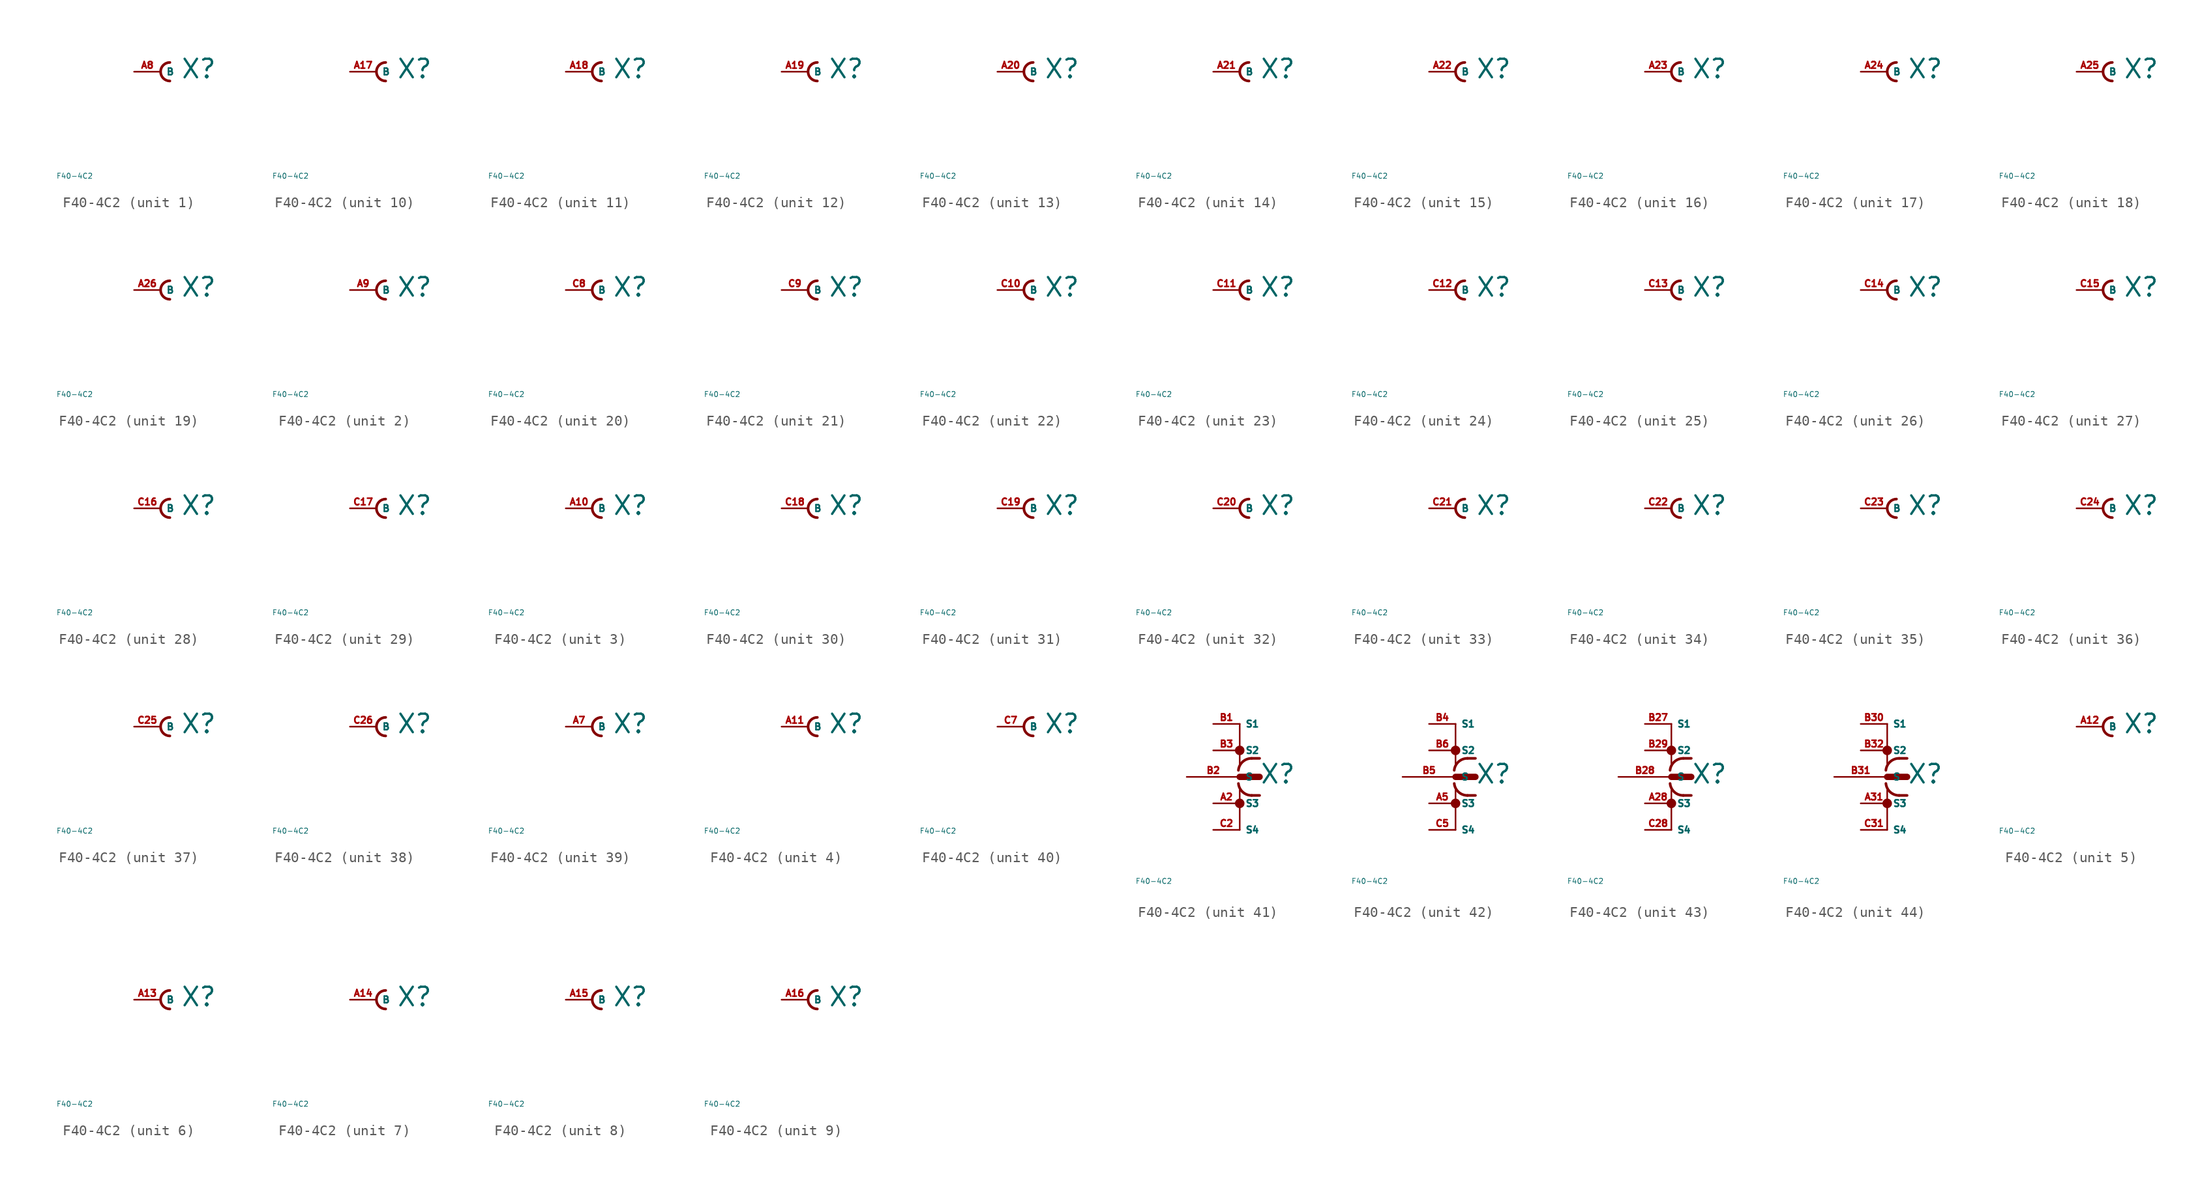
<source format=kicad_sym>
(kicad_symbol_lib
  (version 20220914)
  (generator Eagle2Kicad)
  (symbol "F40-4C2"
    (property "Reference" "X"
      (at 1.905 -0.762 0)
      (effects (font (size 1.778 1.778) (thickness 0.22)) (justify left bottom)))
    (property "Value" "F40-4C2"
      (at -10 -10 0)
      (effects (font (size 0.5 0.5) (thickness 0.06)) (justify left)))
    (symbol "F40-4C2_1_0"
      (arc (start 0.889 0.889) (mid 0.000 0.000) (end 0.889 -0.889) (stroke (width 0.254) (type default)) (fill (type none)))
      (pin passive line (at -2.54 0 0) (length 2.54) (name "B" (effects (font (size 0.635 0.635) (thickness 0.08)) (justify left bottom))) (number "A8" (effects (font (size 0.635 0.635) (thickness 0.08)) (justify left bottom)))))
    (symbol "F40-4C2_2_0"
      (arc (start 0.889 0.889) (mid 0.000 0.000) (end 0.889 -0.889) (stroke (width 0.254) (type default)) (fill (type none)))
      (pin passive line (at -2.54 0 0) (length 2.54) (name "B" (effects (font (size 0.635 0.635) (thickness 0.08)) (justify left bottom))) (number "A9" (effects (font (size 0.635 0.635) (thickness 0.08)) (justify left bottom)))))
    (symbol "F40-4C2_3_0"
      (arc (start 0.889 0.889) (mid 0.000 0.000) (end 0.889 -0.889) (stroke (width 0.254) (type default)) (fill (type none)))
      (pin passive line (at -2.54 0 0) (length 2.54) (name "B" (effects (font (size 0.635 0.635) (thickness 0.08)) (justify left bottom))) (number "A10" (effects (font (size 0.635 0.635) (thickness 0.08)) (justify left bottom)))))
    (symbol "F40-4C2_4_0"
      (arc (start 0.889 0.889) (mid 0.000 0.000) (end 0.889 -0.889) (stroke (width 0.254) (type default)) (fill (type none)))
      (pin passive line (at -2.54 0 0) (length 2.54) (name "B" (effects (font (size 0.635 0.635) (thickness 0.08)) (justify left bottom))) (number "A11" (effects (font (size 0.635 0.635) (thickness 0.08)) (justify left bottom)))))
    (symbol "F40-4C2_5_0"
      (arc (start 0.889 0.889) (mid 0.000 0.000) (end 0.889 -0.889) (stroke (width 0.254) (type default)) (fill (type none)))
      (pin passive line (at -2.54 0 0) (length 2.54) (name "B" (effects (font (size 0.635 0.635) (thickness 0.08)) (justify left bottom))) (number "A12" (effects (font (size 0.635 0.635) (thickness 0.08)) (justify left bottom)))))
    (symbol "F40-4C2_6_0"
      (arc (start 0.889 0.889) (mid 0.000 0.000) (end 0.889 -0.889) (stroke (width 0.254) (type default)) (fill (type none)))
      (pin passive line (at -2.54 0 0) (length 2.54) (name "B" (effects (font (size 0.635 0.635) (thickness 0.08)) (justify left bottom))) (number "A13" (effects (font (size 0.635 0.635) (thickness 0.08)) (justify left bottom)))))
    (symbol "F40-4C2_7_0"
      (arc (start 0.889 0.889) (mid 0.000 0.000) (end 0.889 -0.889) (stroke (width 0.254) (type default)) (fill (type none)))
      (pin passive line (at -2.54 0 0) (length 2.54) (name "B" (effects (font (size 0.635 0.635) (thickness 0.08)) (justify left bottom))) (number "A14" (effects (font (size 0.635 0.635) (thickness 0.08)) (justify left bottom)))))
    (symbol "F40-4C2_8_0"
      (arc (start 0.889 0.889) (mid 0.000 0.000) (end 0.889 -0.889) (stroke (width 0.254) (type default)) (fill (type none)))
      (pin passive line (at -2.54 0 0) (length 2.54) (name "B" (effects (font (size 0.635 0.635) (thickness 0.08)) (justify left bottom))) (number "A15" (effects (font (size 0.635 0.635) (thickness 0.08)) (justify left bottom)))))
    (symbol "F40-4C2_9_0"
      (arc (start 0.889 0.889) (mid 0.000 0.000) (end 0.889 -0.889) (stroke (width 0.254) (type default)) (fill (type none)))
      (pin passive line (at -2.54 0 0) (length 2.54) (name "B" (effects (font (size 0.635 0.635) (thickness 0.08)) (justify left bottom))) (number "A16" (effects (font (size 0.635 0.635) (thickness 0.08)) (justify left bottom)))))
    (symbol "F40-4C2_10_0"
      (arc (start 0.889 0.889) (mid 0.000 0.000) (end 0.889 -0.889) (stroke (width 0.254) (type default)) (fill (type none)))
      (pin passive line (at -2.54 0 0) (length 2.54) (name "B" (effects (font (size 0.635 0.635) (thickness 0.08)) (justify left bottom))) (number "A17" (effects (font (size 0.635 0.635) (thickness 0.08)) (justify left bottom)))))
    (symbol "F40-4C2_11_0"
      (arc (start 0.889 0.889) (mid 0.000 0.000) (end 0.889 -0.889) (stroke (width 0.254) (type default)) (fill (type none)))
      (pin passive line (at -2.54 0 0) (length 2.54) (name "B" (effects (font (size 0.635 0.635) (thickness 0.08)) (justify left bottom))) (number "A18" (effects (font (size 0.635 0.635) (thickness 0.08)) (justify left bottom)))))
    (symbol "F40-4C2_12_0"
      (arc (start 0.889 0.889) (mid 0.000 0.000) (end 0.889 -0.889) (stroke (width 0.254) (type default)) (fill (type none)))
      (pin passive line (at -2.54 0 0) (length 2.54) (name "B" (effects (font (size 0.635 0.635) (thickness 0.08)) (justify left bottom))) (number "A19" (effects (font (size 0.635 0.635) (thickness 0.08)) (justify left bottom)))))
    (symbol "F40-4C2_13_0"
      (arc (start 0.889 0.889) (mid 0.000 0.000) (end 0.889 -0.889) (stroke (width 0.254) (type default)) (fill (type none)))
      (pin passive line (at -2.54 0 0) (length 2.54) (name "B" (effects (font (size 0.635 0.635) (thickness 0.08)) (justify left bottom))) (number "A20" (effects (font (size 0.635 0.635) (thickness 0.08)) (justify left bottom)))))
    (symbol "F40-4C2_14_0"
      (arc (start 0.889 0.889) (mid 0.000 0.000) (end 0.889 -0.889) (stroke (width 0.254) (type default)) (fill (type none)))
      (pin passive line (at -2.54 0 0) (length 2.54) (name "B" (effects (font (size 0.635 0.635) (thickness 0.08)) (justify left bottom))) (number "A21" (effects (font (size 0.635 0.635) (thickness 0.08)) (justify left bottom)))))
    (symbol "F40-4C2_15_0"
      (arc (start 0.889 0.889) (mid 0.000 0.000) (end 0.889 -0.889) (stroke (width 0.254) (type default)) (fill (type none)))
      (pin passive line (at -2.54 0 0) (length 2.54) (name "B" (effects (font (size 0.635 0.635) (thickness 0.08)) (justify left bottom))) (number "A22" (effects (font (size 0.635 0.635) (thickness 0.08)) (justify left bottom)))))
    (symbol "F40-4C2_16_0"
      (arc (start 0.889 0.889) (mid 0.000 0.000) (end 0.889 -0.889) (stroke (width 0.254) (type default)) (fill (type none)))
      (pin passive line (at -2.54 0 0) (length 2.54) (name "B" (effects (font (size 0.635 0.635) (thickness 0.08)) (justify left bottom))) (number "A23" (effects (font (size 0.635 0.635) (thickness 0.08)) (justify left bottom)))))
    (symbol "F40-4C2_17_0"
      (arc (start 0.889 0.889) (mid 0.000 0.000) (end 0.889 -0.889) (stroke (width 0.254) (type default)) (fill (type none)))
      (pin passive line (at -2.54 0 0) (length 2.54) (name "B" (effects (font (size 0.635 0.635) (thickness 0.08)) (justify left bottom))) (number "A24" (effects (font (size 0.635 0.635) (thickness 0.08)) (justify left bottom)))))
    (symbol "F40-4C2_18_0"
      (arc (start 0.889 0.889) (mid 0.000 0.000) (end 0.889 -0.889) (stroke (width 0.254) (type default)) (fill (type none)))
      (pin passive line (at -2.54 0 0) (length 2.54) (name "B" (effects (font (size 0.635 0.635) (thickness 0.08)) (justify left bottom))) (number "A25" (effects (font (size 0.635 0.635) (thickness 0.08)) (justify left bottom)))))
    (symbol "F40-4C2_19_0"
      (arc (start 0.889 0.889) (mid 0.000 0.000) (end 0.889 -0.889) (stroke (width 0.254) (type default)) (fill (type none)))
      (pin passive line (at -2.54 0 0) (length 2.54) (name "B" (effects (font (size 0.635 0.635) (thickness 0.08)) (justify left bottom))) (number "A26" (effects (font (size 0.635 0.635) (thickness 0.08)) (justify left bottom)))))
    (symbol "F40-4C2_20_0"
      (arc (start 0.889 0.889) (mid 0.000 0.000) (end 0.889 -0.889) (stroke (width 0.254) (type default)) (fill (type none)))
      (pin passive line (at -2.54 0 0) (length 2.54) (name "B" (effects (font (size 0.635 0.635) (thickness 0.08)) (justify left bottom))) (number "C8" (effects (font (size 0.635 0.635) (thickness 0.08)) (justify left bottom)))))
    (symbol "F40-4C2_21_0"
      (arc (start 0.889 0.889) (mid 0.000 0.000) (end 0.889 -0.889) (stroke (width 0.254) (type default)) (fill (type none)))
      (pin passive line (at -2.54 0 0) (length 2.54) (name "B" (effects (font (size 0.635 0.635) (thickness 0.08)) (justify left bottom))) (number "C9" (effects (font (size 0.635 0.635) (thickness 0.08)) (justify left bottom)))))
    (symbol "F40-4C2_22_0"
      (arc (start 0.889 0.889) (mid 0.000 0.000) (end 0.889 -0.889) (stroke (width 0.254) (type default)) (fill (type none)))
      (pin passive line (at -2.54 0 0) (length 2.54) (name "B" (effects (font (size 0.635 0.635) (thickness 0.08)) (justify left bottom))) (number "C10" (effects (font (size 0.635 0.635) (thickness 0.08)) (justify left bottom)))))
    (symbol "F40-4C2_23_0"
      (arc (start 0.889 0.889) (mid 0.000 0.000) (end 0.889 -0.889) (stroke (width 0.254) (type default)) (fill (type none)))
      (pin passive line (at -2.54 0 0) (length 2.54) (name "B" (effects (font (size 0.635 0.635) (thickness 0.08)) (justify left bottom))) (number "C11" (effects (font (size 0.635 0.635) (thickness 0.08)) (justify left bottom)))))
    (symbol "F40-4C2_24_0"
      (arc (start 0.889 0.889) (mid 0.000 0.000) (end 0.889 -0.889) (stroke (width 0.254) (type default)) (fill (type none)))
      (pin passive line (at -2.54 0 0) (length 2.54) (name "B" (effects (font (size 0.635 0.635) (thickness 0.08)) (justify left bottom))) (number "C12" (effects (font (size 0.635 0.635) (thickness 0.08)) (justify left bottom)))))
    (symbol "F40-4C2_25_0"
      (arc (start 0.889 0.889) (mid 0.000 0.000) (end 0.889 -0.889) (stroke (width 0.254) (type default)) (fill (type none)))
      (pin passive line (at -2.54 0 0) (length 2.54) (name "B" (effects (font (size 0.635 0.635) (thickness 0.08)) (justify left bottom))) (number "C13" (effects (font (size 0.635 0.635) (thickness 0.08)) (justify left bottom)))))
    (symbol "F40-4C2_26_0"
      (arc (start 0.889 0.889) (mid 0.000 0.000) (end 0.889 -0.889) (stroke (width 0.254) (type default)) (fill (type none)))
      (pin passive line (at -2.54 0 0) (length 2.54) (name "B" (effects (font (size 0.635 0.635) (thickness 0.08)) (justify left bottom))) (number "C14" (effects (font (size 0.635 0.635) (thickness 0.08)) (justify left bottom)))))
    (symbol "F40-4C2_27_0"
      (arc (start 0.889 0.889) (mid 0.000 0.000) (end 0.889 -0.889) (stroke (width 0.254) (type default)) (fill (type none)))
      (pin passive line (at -2.54 0 0) (length 2.54) (name "B" (effects (font (size 0.635 0.635) (thickness 0.08)) (justify left bottom))) (number "C15" (effects (font (size 0.635 0.635) (thickness 0.08)) (justify left bottom)))))
    (symbol "F40-4C2_28_0"
      (arc (start 0.889 0.889) (mid 0.000 0.000) (end 0.889 -0.889) (stroke (width 0.254) (type default)) (fill (type none)))
      (pin passive line (at -2.54 0 0) (length 2.54) (name "B" (effects (font (size 0.635 0.635) (thickness 0.08)) (justify left bottom))) (number "C16" (effects (font (size 0.635 0.635) (thickness 0.08)) (justify left bottom)))))
    (symbol "F40-4C2_29_0"
      (arc (start 0.889 0.889) (mid 0.000 0.000) (end 0.889 -0.889) (stroke (width 0.254) (type default)) (fill (type none)))
      (pin passive line (at -2.54 0 0) (length 2.54) (name "B" (effects (font (size 0.635 0.635) (thickness 0.08)) (justify left bottom))) (number "C17" (effects (font (size 0.635 0.635) (thickness 0.08)) (justify left bottom)))))
    (symbol "F40-4C2_30_0"
      (arc (start 0.889 0.889) (mid 0.000 0.000) (end 0.889 -0.889) (stroke (width 0.254) (type default)) (fill (type none)))
      (pin passive line (at -2.54 0 0) (length 2.54) (name "B" (effects (font (size 0.635 0.635) (thickness 0.08)) (justify left bottom))) (number "C18" (effects (font (size 0.635 0.635) (thickness 0.08)) (justify left bottom)))))
    (symbol "F40-4C2_31_0"
      (arc (start 0.889 0.889) (mid 0.000 0.000) (end 0.889 -0.889) (stroke (width 0.254) (type default)) (fill (type none)))
      (pin passive line (at -2.54 0 0) (length 2.54) (name "B" (effects (font (size 0.635 0.635) (thickness 0.08)) (justify left bottom))) (number "C19" (effects (font (size 0.635 0.635) (thickness 0.08)) (justify left bottom)))))
    (symbol "F40-4C2_32_0"
      (arc (start 0.889 0.889) (mid 0.000 0.000) (end 0.889 -0.889) (stroke (width 0.254) (type default)) (fill (type none)))
      (pin passive line (at -2.54 0 0) (length 2.54) (name "B" (effects (font (size 0.635 0.635) (thickness 0.08)) (justify left bottom))) (number "C20" (effects (font (size 0.635 0.635) (thickness 0.08)) (justify left bottom)))))
    (symbol "F40-4C2_33_0"
      (arc (start 0.889 0.889) (mid 0.000 0.000) (end 0.889 -0.889) (stroke (width 0.254) (type default)) (fill (type none)))
      (pin passive line (at -2.54 0 0) (length 2.54) (name "B" (effects (font (size 0.635 0.635) (thickness 0.08)) (justify left bottom))) (number "C21" (effects (font (size 0.635 0.635) (thickness 0.08)) (justify left bottom)))))
    (symbol "F40-4C2_34_0"
      (arc (start 0.889 0.889) (mid 0.000 0.000) (end 0.889 -0.889) (stroke (width 0.254) (type default)) (fill (type none)))
      (pin passive line (at -2.54 0 0) (length 2.54) (name "B" (effects (font (size 0.635 0.635) (thickness 0.08)) (justify left bottom))) (number "C22" (effects (font (size 0.635 0.635) (thickness 0.08)) (justify left bottom)))))
    (symbol "F40-4C2_35_0"
      (arc (start 0.889 0.889) (mid 0.000 0.000) (end 0.889 -0.889) (stroke (width 0.254) (type default)) (fill (type none)))
      (pin passive line (at -2.54 0 0) (length 2.54) (name "B" (effects (font (size 0.635 0.635) (thickness 0.08)) (justify left bottom))) (number "C23" (effects (font (size 0.635 0.635) (thickness 0.08)) (justify left bottom)))))
    (symbol "F40-4C2_36_0"
      (arc (start 0.889 0.889) (mid 0.000 0.000) (end 0.889 -0.889) (stroke (width 0.254) (type default)) (fill (type none)))
      (pin passive line (at -2.54 0 0) (length 2.54) (name "B" (effects (font (size 0.635 0.635) (thickness 0.08)) (justify left bottom))) (number "C24" (effects (font (size 0.635 0.635) (thickness 0.08)) (justify left bottom)))))
    (symbol "F40-4C2_37_0"
      (arc (start 0.889 0.889) (mid 0.000 0.000) (end 0.889 -0.889) (stroke (width 0.254) (type default)) (fill (type none)))
      (pin passive line (at -2.54 0 0) (length 2.54) (name "B" (effects (font (size 0.635 0.635) (thickness 0.08)) (justify left bottom))) (number "C25" (effects (font (size 0.635 0.635) (thickness 0.08)) (justify left bottom)))))
    (symbol "F40-4C2_38_0"
      (arc (start 0.889 0.889) (mid 0.000 0.000) (end 0.889 -0.889) (stroke (width 0.254) (type default)) (fill (type none)))
      (pin passive line (at -2.54 0 0) (length 2.54) (name "B" (effects (font (size 0.635 0.635) (thickness 0.08)) (justify left bottom))) (number "C26" (effects (font (size 0.635 0.635) (thickness 0.08)) (justify left bottom)))))
    (symbol "F40-4C2_39_0"
      (arc (start 0.889 0.889) (mid 0.000 0.000) (end 0.889 -0.889) (stroke (width 0.254) (type default)) (fill (type none)))
      (pin passive line (at -2.54 0 0) (length 2.54) (name "B" (effects (font (size 0.635 0.635) (thickness 0.08)) (justify left bottom))) (number "A7" (effects (font (size 0.635 0.635) (thickness 0.08)) (justify left bottom)))))
    (symbol "F40-4C2_40_0"
      (arc (start 0.889 0.889) (mid 0.000 0.000) (end 0.889 -0.889) (stroke (width 0.254) (type default)) (fill (type none)))
      (pin passive line (at -2.54 0 0) (length 2.54) (name "B" (effects (font (size 0.635 0.635) (thickness 0.08)) (justify left bottom))) (number "C7" (effects (font (size 0.635 0.635) (thickness 0.08)) (justify left bottom)))))
    (symbol "F40-4C2_41_0"
      (polyline (pts (xy 0 0) (xy 1.905 0)) (stroke (width 0.61) (type default)) (fill (type none)))
      (polyline (pts (xy 0 5.08) (xy 0 1.27)) (stroke (width 0.152) (type default)) (fill (type none)))
      (polyline (pts (xy 0 -5.08) (xy 0 -1.27)) (stroke (width 0.152) (type default)) (fill (type none)))
      (polyline (pts (xy 1.905 1.778) (xy 1.143 1.778)) (stroke (width 0.254) (type default)) (fill (type none)))
      (polyline (pts (xy 1.905 -1.778) (xy 1.143 -1.778)) (stroke (width 0.254) (type default)) (fill (type none)))
      (arc (start 1.143 1.778) (mid 0.287 1.452) (end -0.127 0.635) (stroke (width 0.254) (type default)) (fill (type none)))
      (arc (start -0.127 -0.635) (mid 0.287 -1.452) (end 1.143 -1.778) (stroke (width 0.254) (type default)) (fill (type none)))
      (circle (center 0 2.54) (radius 0.254) (stroke (width 0.406) (type default)) (fill (type none)))
      (circle (center 0 -2.54) (radius 0.254) (stroke (width 0.406) (type default)) (fill (type none)))
      (pin passive line (at -5.08 0 0) (length 5.08) (name "S" (effects (font (size 0.635 0.635) (thickness 0.08)) (justify left bottom))) (number "B2" (effects (font (size 0.635 0.635) (thickness 0.08)) (justify left bottom))))
      (pin passive line (at -2.54 5.08 0) (length 2.54) (name "S1" (effects (font (size 0.635 0.635) (thickness 0.08)) (justify left bottom))) (number "B1" (effects (font (size 0.635 0.635) (thickness 0.08)) (justify left bottom))))
      (pin passive line (at -2.54 2.54 0) (length 2.54) (name "S2" (effects (font (size 0.635 0.635) (thickness 0.08)) (justify left bottom))) (number "B3" (effects (font (size 0.635 0.635) (thickness 0.08)) (justify left bottom))))
      (pin passive line (at -2.54 -2.54 0) (length 2.54) (name "S3" (effects (font (size 0.635 0.635) (thickness 0.08)) (justify left bottom))) (number "A2" (effects (font (size 0.635 0.635) (thickness 0.08)) (justify left bottom))))
      (pin passive line (at -2.54 -5.08 0) (length 2.54) (name "S4" (effects (font (size 0.635 0.635) (thickness 0.08)) (justify left bottom))) (number "C2" (effects (font (size 0.635 0.635) (thickness 0.08)) (justify left bottom)))))
    (symbol "F40-4C2_42_0"
      (polyline (pts (xy 0 0) (xy 1.905 0)) (stroke (width 0.61) (type default)) (fill (type none)))
      (polyline (pts (xy 0 5.08) (xy 0 1.27)) (stroke (width 0.152) (type default)) (fill (type none)))
      (polyline (pts (xy 0 -5.08) (xy 0 -1.27)) (stroke (width 0.152) (type default)) (fill (type none)))
      (polyline (pts (xy 1.905 1.778) (xy 1.143 1.778)) (stroke (width 0.254) (type default)) (fill (type none)))
      (polyline (pts (xy 1.905 -1.778) (xy 1.143 -1.778)) (stroke (width 0.254) (type default)) (fill (type none)))
      (arc (start 1.143 1.778) (mid 0.287 1.452) (end -0.127 0.635) (stroke (width 0.254) (type default)) (fill (type none)))
      (arc (start -0.127 -0.635) (mid 0.287 -1.452) (end 1.143 -1.778) (stroke (width 0.254) (type default)) (fill (type none)))
      (circle (center 0 2.54) (radius 0.254) (stroke (width 0.406) (type default)) (fill (type none)))
      (circle (center 0 -2.54) (radius 0.254) (stroke (width 0.406) (type default)) (fill (type none)))
      (pin passive line (at -5.08 0 0) (length 5.08) (name "S" (effects (font (size 0.635 0.635) (thickness 0.08)) (justify left bottom))) (number "B5" (effects (font (size 0.635 0.635) (thickness 0.08)) (justify left bottom))))
      (pin passive line (at -2.54 5.08 0) (length 2.54) (name "S1" (effects (font (size 0.635 0.635) (thickness 0.08)) (justify left bottom))) (number "B4" (effects (font (size 0.635 0.635) (thickness 0.08)) (justify left bottom))))
      (pin passive line (at -2.54 2.54 0) (length 2.54) (name "S2" (effects (font (size 0.635 0.635) (thickness 0.08)) (justify left bottom))) (number "B6" (effects (font (size 0.635 0.635) (thickness 0.08)) (justify left bottom))))
      (pin passive line (at -2.54 -2.54 0) (length 2.54) (name "S3" (effects (font (size 0.635 0.635) (thickness 0.08)) (justify left bottom))) (number "A5" (effects (font (size 0.635 0.635) (thickness 0.08)) (justify left bottom))))
      (pin passive line (at -2.54 -5.08 0) (length 2.54) (name "S4" (effects (font (size 0.635 0.635) (thickness 0.08)) (justify left bottom))) (number "C5" (effects (font (size 0.635 0.635) (thickness 0.08)) (justify left bottom)))))
    (symbol "F40-4C2_43_0"
      (polyline (pts (xy 0 0) (xy 1.905 0)) (stroke (width 0.61) (type default)) (fill (type none)))
      (polyline (pts (xy 0 5.08) (xy 0 1.27)) (stroke (width 0.152) (type default)) (fill (type none)))
      (polyline (pts (xy 0 -5.08) (xy 0 -1.27)) (stroke (width 0.152) (type default)) (fill (type none)))
      (polyline (pts (xy 1.905 1.778) (xy 1.143 1.778)) (stroke (width 0.254) (type default)) (fill (type none)))
      (polyline (pts (xy 1.905 -1.778) (xy 1.143 -1.778)) (stroke (width 0.254) (type default)) (fill (type none)))
      (arc (start 1.143 1.778) (mid 0.287 1.452) (end -0.127 0.635) (stroke (width 0.254) (type default)) (fill (type none)))
      (arc (start -0.127 -0.635) (mid 0.287 -1.452) (end 1.143 -1.778) (stroke (width 0.254) (type default)) (fill (type none)))
      (circle (center 0 2.54) (radius 0.254) (stroke (width 0.406) (type default)) (fill (type none)))
      (circle (center 0 -2.54) (radius 0.254) (stroke (width 0.406) (type default)) (fill (type none)))
      (pin passive line (at -5.08 0 0) (length 5.08) (name "S" (effects (font (size 0.635 0.635) (thickness 0.08)) (justify left bottom))) (number "B28" (effects (font (size 0.635 0.635) (thickness 0.08)) (justify left bottom))))
      (pin passive line (at -2.54 5.08 0) (length 2.54) (name "S1" (effects (font (size 0.635 0.635) (thickness 0.08)) (justify left bottom))) (number "B27" (effects (font (size 0.635 0.635) (thickness 0.08)) (justify left bottom))))
      (pin passive line (at -2.54 2.54 0) (length 2.54) (name "S2" (effects (font (size 0.635 0.635) (thickness 0.08)) (justify left bottom))) (number "B29" (effects (font (size 0.635 0.635) (thickness 0.08)) (justify left bottom))))
      (pin passive line (at -2.54 -2.54 0) (length 2.54) (name "S3" (effects (font (size 0.635 0.635) (thickness 0.08)) (justify left bottom))) (number "A28" (effects (font (size 0.635 0.635) (thickness 0.08)) (justify left bottom))))
      (pin passive line (at -2.54 -5.08 0) (length 2.54) (name "S4" (effects (font (size 0.635 0.635) (thickness 0.08)) (justify left bottom))) (number "C28" (effects (font (size 0.635 0.635) (thickness 0.08)) (justify left bottom)))))
    (symbol "F40-4C2_44_0"
      (polyline (pts (xy 0 0) (xy 1.905 0)) (stroke (width 0.61) (type default)) (fill (type none)))
      (polyline (pts (xy 0 5.08) (xy 0 1.27)) (stroke (width 0.152) (type default)) (fill (type none)))
      (polyline (pts (xy 0 -5.08) (xy 0 -1.27)) (stroke (width 0.152) (type default)) (fill (type none)))
      (polyline (pts (xy 1.905 1.778) (xy 1.143 1.778)) (stroke (width 0.254) (type default)) (fill (type none)))
      (polyline (pts (xy 1.905 -1.778) (xy 1.143 -1.778)) (stroke (width 0.254) (type default)) (fill (type none)))
      (arc (start 1.143 1.778) (mid 0.287 1.452) (end -0.127 0.635) (stroke (width 0.254) (type default)) (fill (type none)))
      (arc (start -0.127 -0.635) (mid 0.287 -1.452) (end 1.143 -1.778) (stroke (width 0.254) (type default)) (fill (type none)))
      (circle (center 0 2.54) (radius 0.254) (stroke (width 0.406) (type default)) (fill (type none)))
      (circle (center 0 -2.54) (radius 0.254) (stroke (width 0.406) (type default)) (fill (type none)))
      (pin passive line (at -5.08 0 0) (length 5.08) (name "S" (effects (font (size 0.635 0.635) (thickness 0.08)) (justify left bottom))) (number "B31" (effects (font (size 0.635 0.635) (thickness 0.08)) (justify left bottom))))
      (pin passive line (at -2.54 5.08 0) (length 2.54) (name "S1" (effects (font (size 0.635 0.635) (thickness 0.08)) (justify left bottom))) (number "B30" (effects (font (size 0.635 0.635) (thickness 0.08)) (justify left bottom))))
      (pin passive line (at -2.54 2.54 0) (length 2.54) (name "S2" (effects (font (size 0.635 0.635) (thickness 0.08)) (justify left bottom))) (number "B32" (effects (font (size 0.635 0.635) (thickness 0.08)) (justify left bottom))))
      (pin passive line (at -2.54 -2.54 0) (length 2.54) (name "S3" (effects (font (size 0.635 0.635) (thickness 0.08)) (justify left bottom))) (number "A31" (effects (font (size 0.635 0.635) (thickness 0.08)) (justify left bottom))))
      (pin passive line (at -2.54 -5.08 0) (length 2.54) (name "S4" (effects (font (size 0.635 0.635) (thickness 0.08)) (justify left bottom))) (number "C31" (effects (font (size 0.635 0.635) (thickness 0.08)) (justify left bottom)))))))
</source>
